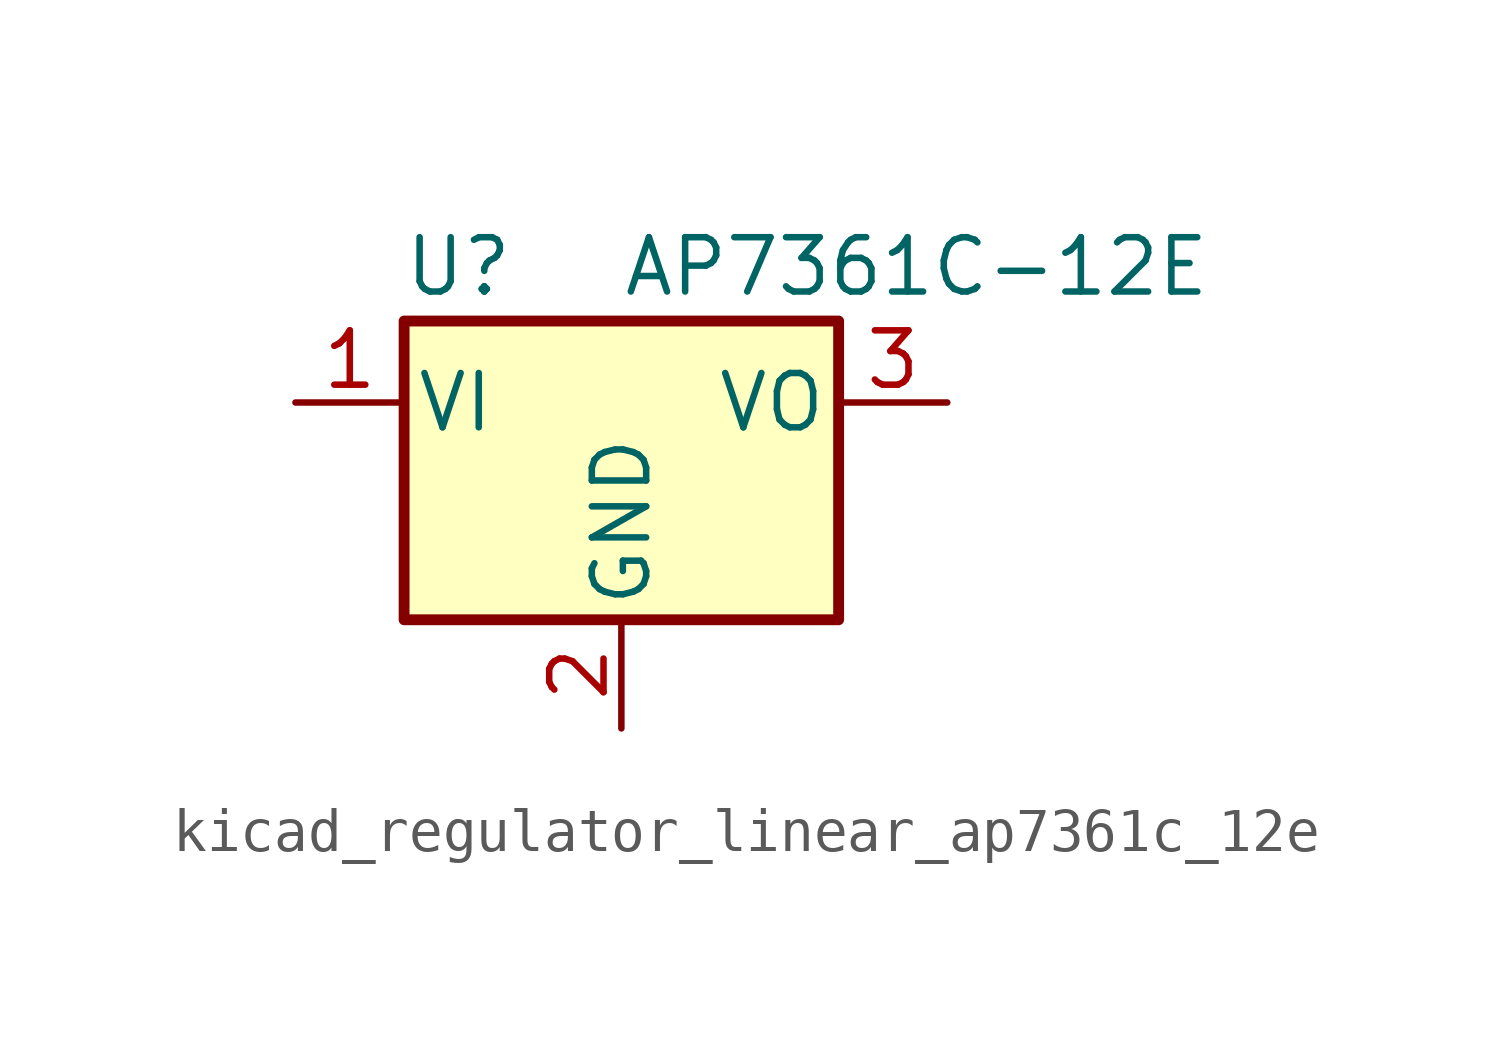
<source format=kicad_sym>
(kicad_symbol_lib
  (version 20220914)
  (generator kicad_symbol_editor)
  (symbol "kicad_regulator_linear_ap7361c_12e"
    (pin_names
      (offset 0.254))
    (property "Reference" "U"
      (at -3.81 3.175 0)
      (effects (font (size 1.27 1.27))))
    (property "Value" "AP7361C-12E"
      (at 0 3.175 0)
      (effects (font (size 1.27 1.27)) (justify left)))
    (symbol "kicad_regulator_linear_ap7361c_12e_0_1"
      (rectangle (start -5.08 -5.08) (end 5.08 1.905) (stroke (width 0.254) (type default)) (fill (type background))))
    (symbol "kicad_regulator_linear_ap7361c_12e_1_1"
      (pin power_in line (at -7.62 0 0) (length 2.54) (name "VI" (effects (font (size 1.27 1.27)))) (number "1" (effects (font (size 1.27 1.27)))))
      (pin power_in line (at 0 -7.62 90) (length 2.54) (name "GND" (effects (font (size 1.27 1.27)))) (number "2" (effects (font (size 1.27 1.27)))))
      (pin power_out line (at 7.62 0 180) (length 2.54) (name "VO" (effects (font (size 1.27 1.27)))) (number "3" (effects (font (size 1.27 1.27))))))))
</source>
